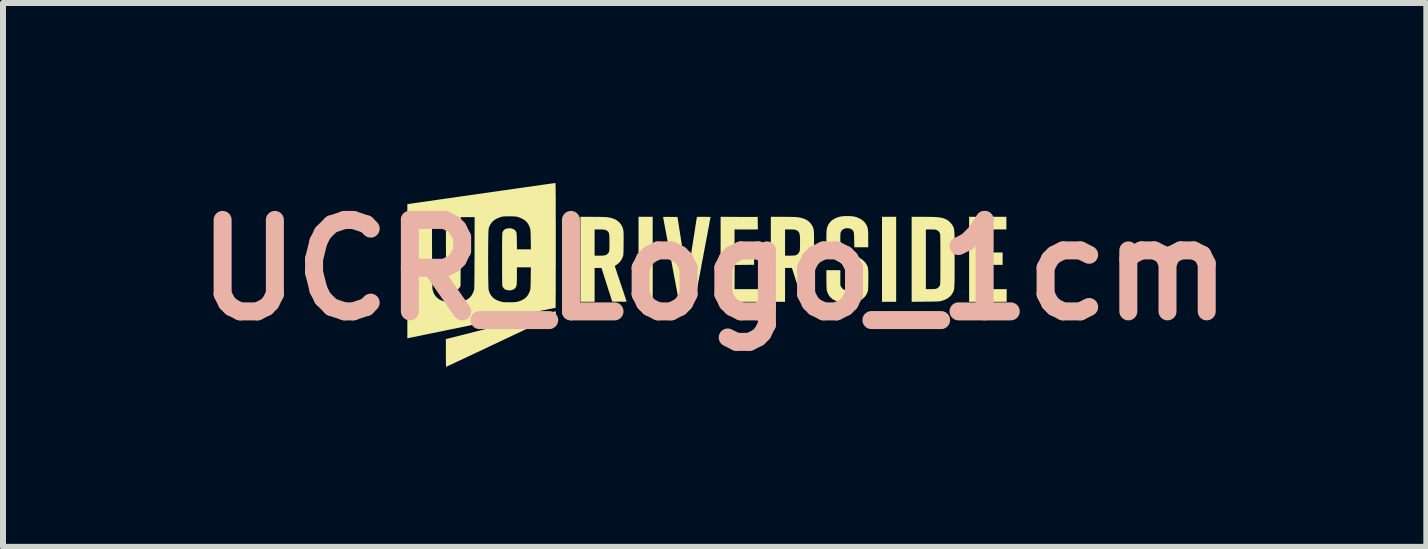
<source format=kicad_pcb>
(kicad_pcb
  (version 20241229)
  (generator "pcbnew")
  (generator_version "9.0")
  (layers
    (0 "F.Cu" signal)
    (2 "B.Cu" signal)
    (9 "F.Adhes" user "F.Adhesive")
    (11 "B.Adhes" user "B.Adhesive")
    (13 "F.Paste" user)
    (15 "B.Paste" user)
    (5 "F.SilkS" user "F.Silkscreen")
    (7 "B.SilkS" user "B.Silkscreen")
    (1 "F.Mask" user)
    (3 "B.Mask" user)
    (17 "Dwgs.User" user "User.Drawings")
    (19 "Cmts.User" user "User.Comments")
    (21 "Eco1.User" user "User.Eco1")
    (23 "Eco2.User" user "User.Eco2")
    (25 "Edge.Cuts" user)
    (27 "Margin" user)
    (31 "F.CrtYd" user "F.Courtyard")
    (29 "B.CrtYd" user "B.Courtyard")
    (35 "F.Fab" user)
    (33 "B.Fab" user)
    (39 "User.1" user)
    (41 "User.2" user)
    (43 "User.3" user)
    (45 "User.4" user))
  (footprint "UCR_Logo_1cm"
    (layer "F.Cu")
    (at 8.861 1.087)
    (property "Reference" "UCR_Logo_1cm" (at 0 0.363 0) (layer "B.SilkS") (effects (font (size 1.524 1.524) (thickness 0.3))))
    (attr board_only exclude_from_pos_files exclude_from_bom)
    (fp_poly (pts (xy -1.033 0.893) (xy -1.269 0.893) (xy -1.269 -0.524) (xy -1.033 -0.524)) (stroke (width 0) (type solid)) (fill yes) (layer "F.SilkS"))
    (fp_poly (pts (xy 3.025 0.893) (xy 2.789 0.893) (xy 2.789 -0.524) (xy 3.025 -0.524)) (stroke (width 0) (type solid)) (fill yes) (layer "F.SilkS"))
    (fp_poly (pts (xy 4.862 -0.313) (xy 4.478 -0.313) (xy 4.478 0.071) (xy 4.799 0.071) (xy 4.799 0.277) (xy 4.478 0.277) (xy 4.478 0.682) (xy 4.867 0.682) (xy 4.867 0.893) (xy 4.241 0.893) (xy 4.241 -0.524) (xy 4.862 -0.524)) (stroke (width 0) (type solid)) (fill yes) (layer "F.SilkS"))
    (fp_poly (pts (xy 0.408 -0.522) (xy 0.717 -0.521) (xy 0.72 -0.313) (xy 0.331 -0.313) (xy 0.331 0.071) (xy 0.657 0.071) (xy 0.657 0.276) (xy 0.333 0.279) (xy 0.332 0.481) (xy 0.331 0.682) (xy 0.725 0.682) (xy 0.725 0.893) (xy 0.099 0.893) (xy 0.099 -0.524)) (stroke (width 0) (type solid)) (fill yes) (layer "F.SilkS"))
    (fp_poly (pts (xy -2.65 1.057) (xy -2.648 1.068) (xy -2.648 1.081) (xy -2.649 1.101) (xy -2.653 1.114) (xy -2.655 1.117) (xy -2.661 1.12) (xy -2.675 1.127) (xy -2.698 1.138) (xy -2.729 1.153) (xy -2.767 1.171) (xy -2.812 1.192) (xy -2.862 1.216) (xy -2.919 1.243) (xy -2.98 1.272) (xy -3.045 1.303) (xy -3.115 1.336) (xy -3.188 1.37) (xy -3.263 1.406) (xy -3.341 1.442) (xy -3.42 1.48) (xy -3.5 1.518) (xy -3.581 1.556) (xy -3.661 1.594) (xy -3.741 1.631) (xy -3.82 1.669) (xy -3.896 1.705) (xy -3.971 1.74) (xy -4.043 1.774) (xy -4.111 1.806) (xy -4.175 1.836) (xy -4.234 1.864) (xy -4.288 1.889) (xy -4.337 1.912) (xy -4.379 1.932) (xy -4.414 1.948) (xy -4.442 1.961) (xy -4.462 1.971) (xy -4.473 1.976) (xy -4.476 1.977) (xy -4.477 1.972) (xy -4.477 1.957) (xy -4.478 1.934) (xy -4.479 1.904) (xy -4.479 1.867) (xy -4.48 1.826) (xy -4.48 1.78) (xy -4.48 1.746) (xy -4.48 1.515) (xy -4.444 1.506) (xy -4.431 1.503) (xy -4.409 1.497) (xy -4.378 1.489) (xy -4.34 1.48) (xy -4.294 1.468) (xy -4.242 1.455) (xy -4.184 1.44) (xy -4.12 1.424) (xy -4.052 1.407) (xy -3.98 1.388) (xy -3.904 1.369) (xy -3.826 1.349) (xy -3.746 1.329) (xy -3.664 1.308) (xy -3.581 1.287) (xy -3.498 1.266) (xy -3.416 1.245) (xy -3.334 1.225) (xy -3.255 1.204) (xy -3.177 1.185) (xy -3.103 1.166) (xy -3.032 1.148) (xy -2.965 1.131) (xy -2.903 1.115) (xy -2.847 1.101) (xy -2.796 1.088) (xy -2.753 1.077) (xy -2.717 1.068) (xy -2.689 1.06) (xy -2.669 1.055) (xy -2.659 1.053) (xy -2.658 1.052) (xy -2.652 1.052)) (stroke (width 0) (type solid)) (fill yes) (layer "F.SilkS"))
    (fp_poly (pts (xy 1.132 -0.524) (xy 1.179 -0.523) (xy 1.224 -0.523) (xy 1.267 -0.522) (xy 1.305 -0.521) (xy 1.337 -0.52) (xy 1.361 -0.519) (xy 1.375 -0.518) (xy 1.439 -0.507) (xy 1.494 -0.49) (xy 1.542 -0.466) (xy 1.581 -0.435) (xy 1.612 -0.397) (xy 1.624 -0.378) (xy 1.632 -0.362) (xy 1.639 -0.347) (xy 1.644 -0.331) (xy 1.649 -0.314) (xy 1.652 -0.295) (xy 1.654 -0.271) (xy 1.655 -0.242) (xy 1.656 -0.207) (xy 1.656 -0.164) (xy 1.656 -0.113) (xy 1.656 -0.079) (xy 1.655 -0.029) (xy 1.655 0.013) (xy 1.654 0.046) (xy 1.653 0.072) (xy 1.653 0.092) (xy 1.651 0.108) (xy 1.65 0.12) (xy 1.648 0.13) (xy 1.645 0.139) (xy 1.642 0.148) (xy 1.642 0.15) (xy 1.621 0.191) (xy 1.593 0.229) (xy 1.559 0.261) (xy 1.546 0.27) (xy 1.53 0.281) (xy 1.518 0.291) (xy 1.511 0.296) (xy 1.511 0.297) (xy 1.512 0.302) (xy 1.517 0.317) (xy 1.524 0.34) (xy 1.534 0.37) (xy 1.546 0.407) (xy 1.56 0.449) (xy 1.575 0.496) (xy 1.592 0.547) (xy 1.609 0.597) (xy 1.709 0.893) (xy 1.468 0.893) (xy 1.45 0.836) (xy 1.444 0.818) (xy 1.435 0.791) (xy 1.424 0.757) (xy 1.412 0.718) (xy 1.398 0.676) (xy 1.384 0.631) (xy 1.37 0.587) (xy 1.356 0.543) (xy 1.342 0.5) (xy 1.33 0.461) (xy 1.319 0.426) (xy 1.31 0.397) (xy 1.303 0.376) (xy 1.298 0.363) (xy 1.298 0.362) (xy 1.288 0.329) (xy 1.173 0.329) (xy 1.173 0.893) (xy 0.936 0.893) (xy 0.936 -0.313) (xy 1.173 -0.313) (xy 1.173 0.124) (xy 1.25 0.124) (xy 1.28 0.124) (xy 1.307 0.122) (xy 1.329 0.121) (xy 1.345 0.119) (xy 1.348 0.118) (xy 1.374 0.106) (xy 1.396 0.086) (xy 1.412 0.06) (xy 1.413 0.057) (xy 1.416 0.047) (xy 1.419 0.037) (xy 1.42 0.023) (xy 1.422 0.006) (xy 1.422 -0.018) (xy 1.423 -0.049) (xy 1.423 -0.089) (xy 1.423 -0.095) (xy 1.423 -0.141) (xy 1.422 -0.178) (xy 1.42 -0.207) (xy 1.417 -0.229) (xy 1.413 -0.247) (xy 1.407 -0.261) (xy 1.4 -0.272) (xy 1.39 -0.282) (xy 1.386 -0.286) (xy 1.373 -0.296) (xy 1.359 -0.303) (xy 1.343 -0.308) (xy 1.321 -0.311) (xy 1.293 -0.312) (xy 1.256 -0.313) (xy 1.25 -0.313) (xy 1.173 -0.313) (xy 0.936 -0.313) (xy 0.936 -0.524)) (stroke (width 0) (type solid)) (fill yes) (layer "F.SilkS"))
    (fp_poly (pts (xy -2.042 -0.524) (xy -1.995 -0.523) (xy -1.95 -0.523) (xy -1.907 -0.522) (xy -1.869 -0.521) (xy -1.837 -0.52) (xy -1.813 -0.519) (xy -1.798 -0.518) (xy -1.735 -0.507) (xy -1.679 -0.49) (xy -1.632 -0.465) (xy -1.592 -0.434) (xy -1.561 -0.396) (xy -1.537 -0.352) (xy -1.524 -0.31) (xy -1.522 -0.299) (xy -1.52 -0.286) (xy -1.519 -0.27) (xy -1.518 -0.251) (xy -1.518 -0.226) (xy -1.517 -0.194) (xy -1.517 -0.155) (xy -1.518 -0.107) (xy -1.518 -0.079) (xy -1.518 -0.029) (xy -1.519 0.013) (xy -1.519 0.046) (xy -1.52 0.072) (xy -1.521 0.092) (xy -1.522 0.107) (xy -1.524 0.119) (xy -1.526 0.128) (xy -1.528 0.137) (xy -1.531 0.145) (xy -1.532 0.148) (xy -1.554 0.193) (xy -1.582 0.231) (xy -1.617 0.263) (xy -1.644 0.281) (xy -1.656 0.29) (xy -1.663 0.296) (xy -1.664 0.298) (xy -1.662 0.303) (xy -1.658 0.318) (xy -1.65 0.341) (xy -1.64 0.371) (xy -1.628 0.408) (xy -1.614 0.45) (xy -1.598 0.497) (xy -1.581 0.547) (xy -1.567 0.591) (xy -1.549 0.643) (xy -1.532 0.693) (xy -1.517 0.74) (xy -1.503 0.781) (xy -1.491 0.817) (xy -1.482 0.846) (xy -1.475 0.868) (xy -1.47 0.882) (xy -1.469 0.886) (xy -1.471 0.888) (xy -1.478 0.89) (xy -1.491 0.891) (xy -1.51 0.892) (xy -1.538 0.892) (xy -1.574 0.891) (xy -1.588 0.891) (xy -1.707 0.89) (xy -1.778 0.669) (xy -1.793 0.62) (xy -1.809 0.572) (xy -1.823 0.527) (xy -1.837 0.485) (xy -1.848 0.448) (xy -1.858 0.418) (xy -1.865 0.396) (xy -1.867 0.388) (xy -1.886 0.329) (xy -2.001 0.329) (xy -2.001 0.893) (xy -2.238 0.893) (xy -2.238 -0.313) (xy -2.001 -0.313) (xy -2.001 0.124) (xy -1.923 0.124) (xy -1.894 0.124) (xy -1.867 0.122) (xy -1.844 0.121) (xy -1.829 0.119) (xy -1.826 0.118) (xy -1.8 0.106) (xy -1.777 0.086) (xy -1.763 0.064) (xy -1.76 0.056) (xy -1.758 0.047) (xy -1.756 0.036) (xy -1.755 0.02) (xy -1.754 -0.001) (xy -1.754 -0.028) (xy -1.754 -0.064) (xy -1.754 -0.095) (xy -1.754 -0.141) (xy -1.754 -0.178) (xy -1.756 -0.207) (xy -1.758 -0.229) (xy -1.761 -0.247) (xy -1.766 -0.26) (xy -1.772 -0.27) (xy -1.78 -0.28) (xy -1.79 -0.288) (xy -1.802 -0.297) (xy -1.816 -0.304) (xy -1.833 -0.308) (xy -1.856 -0.311) (xy -1.885 -0.313) (xy -1.923 -0.313) (xy -1.923 -0.313) (xy -2.001 -0.313) (xy -2.238 -0.313) (xy -2.238 -0.524)) (stroke (width 0) (type solid)) (fill yes) (layer "F.SilkS"))
    (fp_poly (pts (xy 3.477 -0.524) (xy 3.544 -0.523) (xy 3.602 -0.523) (xy 3.651 -0.521) (xy 3.693 -0.519) (xy 3.729 -0.516) (xy 3.76 -0.512) (xy 3.787 -0.506) (xy 3.811 -0.5) (xy 3.834 -0.492) (xy 3.855 -0.482) (xy 3.864 -0.478) (xy 3.892 -0.46) (xy 3.92 -0.436) (xy 3.946 -0.408) (xy 3.965 -0.38) (xy 3.967 -0.377) (xy 3.972 -0.367) (xy 3.977 -0.357) (xy 3.981 -0.348) (xy 3.985 -0.338) (xy 3.988 -0.327) (xy 3.99 -0.313) (xy 3.992 -0.297) (xy 3.994 -0.278) (xy 3.996 -0.254) (xy 3.997 -0.226) (xy 3.998 -0.192) (xy 3.998 -0.151) (xy 3.999 -0.104) (xy 3.999 -0.05) (xy 3.999 0.013) (xy 3.999 0.085) (xy 3.999 0.167) (xy 3.999 0.184) (xy 3.999 0.268) (xy 3.999 0.342) (xy 3.999 0.407) (xy 3.999 0.463) (xy 3.998 0.512) (xy 3.998 0.553) (xy 3.997 0.588) (xy 3.996 0.618) (xy 3.994 0.642) (xy 3.993 0.663) (xy 3.991 0.68) (xy 3.988 0.693) (xy 3.985 0.705) (xy 3.982 0.715) (xy 3.977 0.725) (xy 3.973 0.734) (xy 3.967 0.744) (xy 3.966 0.747) (xy 3.939 0.787) (xy 3.903 0.821) (xy 3.859 0.849) (xy 3.807 0.87) (xy 3.783 0.877) (xy 3.771 0.88) (xy 3.76 0.883) (xy 3.748 0.884) (xy 3.734 0.886) (xy 3.716 0.887) (xy 3.695 0.888) (xy 3.667 0.889) (xy 3.633 0.89) (xy 3.592 0.89) (xy 3.542 0.891) (xy 3.511 0.891) (xy 3.283 0.893) (xy 3.283 -0.313) (xy 3.52 -0.313) (xy 3.52 0.682) (xy 3.595 0.682) (xy 3.624 0.682) (xy 3.651 0.68) (xy 3.673 0.679) (xy 3.687 0.677) (xy 3.69 0.676) (xy 3.716 0.664) (xy 3.738 0.644) (xy 3.752 0.622) (xy 3.754 0.617) (xy 3.756 0.612) (xy 3.757 0.605) (xy 3.758 0.596) (xy 3.759 0.584) (xy 3.76 0.568) (xy 3.76 0.548) (xy 3.761 0.523) (xy 3.761 0.491) (xy 3.762 0.453) (xy 3.762 0.408) (xy 3.762 0.355) (xy 3.762 0.293) (xy 3.762 0.221) (xy 3.762 0.184) (xy 3.762 0.108) (xy 3.762 0.042) (xy 3.762 -0.015) (xy 3.762 -0.064) (xy 3.761 -0.106) (xy 3.761 -0.14) (xy 3.761 -0.168) (xy 3.76 -0.19) (xy 3.759 -0.208) (xy 3.759 -0.222) (xy 3.758 -0.232) (xy 3.756 -0.24) (xy 3.755 -0.246) (xy 3.753 -0.251) (xy 3.752 -0.253) (xy 3.736 -0.278) (xy 3.713 -0.297) (xy 3.69 -0.308) (xy 3.677 -0.31) (xy 3.657 -0.311) (xy 3.631 -0.312) (xy 3.603 -0.313) (xy 3.595 -0.313) (xy 3.52 -0.313) (xy 3.283 -0.313) (xy 3.283 -0.524)) (stroke (width 0) (type solid)) (fill yes) (layer "F.SilkS"))
    (fp_poly (pts (xy -0.142 -0.523) (xy -0.112 -0.523) (xy -0.091 -0.522) (xy -0.077 -0.521) (xy -0.071 -0.519) (xy -0.069 -0.517) (xy -0.07 -0.511) (xy -0.073 -0.496) (xy -0.078 -0.471) (xy -0.084 -0.438) (xy -0.091 -0.397) (xy -0.1 -0.348) (xy -0.111 -0.293) (xy -0.122 -0.231) (xy -0.135 -0.165) (xy -0.148 -0.093) (xy -0.163 -0.017) (xy -0.178 0.063) (xy -0.193 0.146) (xy -0.201 0.187) (xy -0.217 0.271) (xy -0.232 0.352) (xy -0.247 0.43) (xy -0.261 0.504) (xy -0.274 0.573) (xy -0.286 0.637) (xy -0.297 0.695) (xy -0.306 0.747) (xy -0.315 0.791) (xy -0.321 0.828) (xy -0.327 0.857) (xy -0.33 0.877) (xy -0.332 0.887) (xy -0.333 0.889) (xy -0.338 0.89) (xy -0.352 0.891) (xy -0.374 0.891) (xy -0.402 0.892) (xy -0.435 0.892) (xy -0.464 0.893) (xy -0.5 0.892) (xy -0.532 0.892) (xy -0.559 0.891) (xy -0.58 0.89) (xy -0.592 0.89) (xy -0.596 0.889) (xy -0.597 0.883) (xy -0.599 0.868) (xy -0.604 0.843) (xy -0.61 0.81) (xy -0.618 0.77) (xy -0.627 0.721) (xy -0.637 0.666) (xy -0.649 0.605) (xy -0.661 0.538) (xy -0.675 0.467) (xy -0.689 0.391) (xy -0.704 0.311) (xy -0.719 0.228) (xy -0.727 0.187) (xy -0.743 0.103) (xy -0.758 0.021) (xy -0.773 -0.057) (xy -0.787 -0.131) (xy -0.8 -0.2) (xy -0.812 -0.264) (xy -0.823 -0.322) (xy -0.833 -0.374) (xy -0.841 -0.419) (xy -0.848 -0.456) (xy -0.853 -0.485) (xy -0.857 -0.505) (xy -0.859 -0.516) (xy -0.859 -0.517) (xy -0.856 -0.52) (xy -0.848 -0.521) (xy -0.832 -0.522) (xy -0.809 -0.523) (xy -0.778 -0.523) (xy -0.739 -0.522) (xy -0.62 -0.521) (xy -0.54 -0.012) (xy -0.529 0.06) (xy -0.518 0.129) (xy -0.508 0.194) (xy -0.498 0.255) (xy -0.49 0.311) (xy -0.482 0.361) (xy -0.475 0.404) (xy -0.469 0.44) (xy -0.464 0.469) (xy -0.461 0.488) (xy -0.459 0.498) (xy -0.458 0.5) (xy -0.457 0.495) (xy -0.455 0.481) (xy -0.451 0.457) (xy -0.445 0.426) (xy -0.439 0.386) (xy -0.431 0.34) (xy -0.423 0.288) (xy -0.414 0.23) (xy -0.404 0.167) (xy -0.393 0.101) (xy -0.383 0.031) (xy -0.378 0.001) (xy -0.367 -0.07) (xy -0.356 -0.139) (xy -0.346 -0.204) (xy -0.336 -0.265) (xy -0.328 -0.321) (xy -0.32 -0.371) (xy -0.313 -0.415) (xy -0.307 -0.451) (xy -0.303 -0.48) (xy -0.299 -0.5) (xy -0.298 -0.51) (xy -0.297 -0.512) (xy -0.296 -0.516) (xy -0.294 -0.519) (xy -0.289 -0.521) (xy -0.281 -0.522) (xy -0.267 -0.523) (xy -0.247 -0.523) (xy -0.219 -0.524) (xy -0.182 -0.524)) (stroke (width 0) (type solid)) (fill yes) (layer "F.SilkS"))
    (fp_poly (pts (xy 2.244 -0.536) (xy 2.286 -0.533) (xy 2.322 -0.529) (xy 2.331 -0.527) (xy 2.38 -0.512) (xy 2.426 -0.49) (xy 2.467 -0.463) (xy 2.501 -0.431) (xy 2.526 -0.395) (xy 2.527 -0.394) (xy 2.536 -0.376) (xy 2.543 -0.359) (xy 2.548 -0.341) (xy 2.553 -0.32) (xy 2.556 -0.296) (xy 2.558 -0.267) (xy 2.559 -0.231) (xy 2.559 -0.186) (xy 2.559 -0.158) (xy 2.56 -0.016) (xy 2.328 -0.016) (xy 2.325 -0.139) (xy 2.324 -0.182) (xy 2.323 -0.215) (xy 2.321 -0.241) (xy 2.319 -0.261) (xy 2.315 -0.275) (xy 2.31 -0.287) (xy 2.303 -0.296) (xy 2.294 -0.305) (xy 2.289 -0.31) (xy 2.264 -0.324) (xy 2.234 -0.332) (xy 2.202 -0.334) (xy 2.171 -0.329) (xy 2.143 -0.317) (xy 2.121 -0.3) (xy 2.121 -0.3) (xy 2.109 -0.283) (xy 2.101 -0.266) (xy 2.099 -0.262) (xy 2.097 -0.247) (xy 2.095 -0.225) (xy 2.094 -0.197) (xy 2.094 -0.167) (xy 2.094 -0.136) (xy 2.095 -0.107) (xy 2.097 -0.083) (xy 2.099 -0.066) (xy 2.1 -0.063) (xy 2.106 -0.046) (xy 2.118 -0.03) (xy 2.136 -0.012) (xy 2.16 0.007) (xy 2.192 0.028) (xy 2.232 0.052) (xy 2.27 0.074) (xy 2.326 0.105) (xy 2.373 0.133) (xy 2.413 0.157) (xy 2.445 0.18) (xy 2.472 0.201) (xy 2.494 0.221) (xy 2.512 0.242) (xy 2.527 0.263) (xy 2.532 0.271) (xy 2.54 0.286) (xy 2.547 0.3) (xy 2.552 0.316) (xy 2.556 0.333) (xy 2.558 0.354) (xy 2.56 0.38) (xy 2.561 0.412) (xy 2.562 0.451) (xy 2.561 0.499) (xy 2.561 0.531) (xy 2.56 0.578) (xy 2.56 0.616) (xy 2.559 0.646) (xy 2.558 0.669) (xy 2.557 0.687) (xy 2.556 0.701) (xy 2.554 0.712) (xy 2.551 0.721) (xy 2.548 0.73) (xy 2.547 0.732) (xy 2.526 0.778) (xy 2.497 0.816) (xy 2.462 0.847) (xy 2.419 0.872) (xy 2.367 0.89) (xy 2.356 0.893) (xy 2.328 0.898) (xy 2.293 0.902) (xy 2.253 0.905) (xy 2.211 0.906) (xy 2.171 0.906) (xy 2.136 0.905) (xy 2.117 0.903) (xy 2.057 0.89) (xy 2.005 0.871) (xy 1.961 0.846) (xy 1.924 0.813) (xy 1.896 0.774) (xy 1.876 0.728) (xy 1.868 0.699) (xy 1.866 0.685) (xy 1.865 0.661) (xy 1.864 0.629) (xy 1.863 0.59) (xy 1.862 0.545) (xy 1.862 0.518) (xy 1.862 0.366) (xy 2.094 0.366) (xy 2.094 0.617) (xy 2.108 0.645) (xy 2.127 0.672) (xy 2.153 0.69) (xy 2.185 0.701) (xy 2.212 0.703) (xy 2.249 0.699) (xy 2.279 0.686) (xy 2.303 0.666) (xy 2.316 0.645) (xy 2.321 0.635) (xy 2.325 0.625) (xy 2.328 0.615) (xy 2.329 0.602) (xy 2.33 0.584) (xy 2.331 0.56) (xy 2.331 0.528) (xy 2.331 0.524) (xy 2.33 0.483) (xy 2.329 0.451) (xy 2.326 0.426) (xy 2.322 0.406) (xy 2.315 0.391) (xy 2.306 0.377) (xy 2.294 0.364) (xy 2.292 0.362) (xy 2.281 0.353) (xy 2.261 0.339) (xy 2.236 0.323) (xy 2.205 0.304) (xy 2.171 0.284) (xy 2.157 0.276) (xy 2.101 0.244) (xy 2.053 0.216) (xy 2.014 0.19) (xy 1.981 0.168) (xy 1.954 0.147) (xy 1.932 0.127) (xy 1.914 0.107) (xy 1.9 0.088) (xy 1.888 0.067) (xy 1.887 0.064) (xy 1.88 0.049) (xy 1.875 0.035) (xy 1.87 0.019) (xy 1.867 0.002) (xy 1.865 -0.02) (xy 1.864 -0.047) (xy 1.863 -0.08) (xy 1.862 -0.122) (xy 1.862 -0.155) (xy 1.862 -0.202) (xy 1.863 -0.24) (xy 1.864 -0.27) (xy 1.865 -0.293) (xy 1.867 -0.311) (xy 1.869 -0.325) (xy 1.87 -0.332) (xy 1.888 -0.381) (xy 1.914 -0.423) (xy 1.948 -0.46) (xy 1.99 -0.489) (xy 2.041 -0.512) (xy 2.081 -0.525) (xy 2.115 -0.531) (xy 2.155 -0.535) (xy 2.199 -0.536)) (stroke (width 0) (type solid)) (fill yes) (layer "F.SilkS"))
    (fp_poly (pts (xy -2.655 -1.086) (xy -2.654 -1.082) (xy -2.653 -1.075) (xy -2.653 -1.065) (xy -2.652 -1.051) (xy -2.651 -1.033) (xy -2.651 -1.01) (xy -2.65 -0.982) (xy -2.65 -0.949) (xy -2.65 -0.91) (xy -2.649 -0.865) (xy -2.649 -0.813) (xy -2.649 -0.754) (xy -2.649 -0.687) (xy -2.649 -0.613) (xy -2.649 -0.53) (xy -2.648 -0.438) (xy -2.648 -0.338) (xy -2.648 -0.228) (xy -2.648 -0.108) (xy -2.648 -0.047) (xy -2.648 0.057) (xy -2.648 0.158) (xy -2.648 0.255) (xy -2.649 0.349) (xy -2.649 0.438) (xy -2.649 0.523) (xy -2.649 0.602) (xy -2.649 0.676) (xy -2.649 0.743) (xy -2.65 0.803) (xy -2.65 0.856) (xy -2.65 0.901) (xy -2.65 0.937) (xy -2.651 0.965) (xy -2.651 0.983) (xy -2.651 0.992) (xy -2.651 0.993) (xy -2.657 0.994) (xy -2.672 0.997) (xy -2.697 1.002) (xy -2.73 1.009) (xy -2.772 1.017) (xy -2.822 1.027) (xy -2.88 1.039) (xy -2.945 1.053) (xy -3.016 1.067) (xy -3.094 1.083) (xy -3.177 1.101) (xy -3.266 1.119) (xy -3.359 1.138) (xy -3.457 1.158) (xy -3.559 1.179) (xy -3.664 1.201) (xy -3.773 1.223) (xy -3.842 1.238) (xy -3.953 1.261) (xy -4.061 1.283) (xy -4.166 1.305) (xy -4.268 1.326) (xy -4.366 1.346) (xy -4.46 1.365) (xy -4.549 1.384) (xy -4.633 1.401) (xy -4.711 1.417) (xy -4.783 1.432) (xy -4.848 1.445) (xy -4.906 1.457) (xy -4.957 1.468) (xy -4.999 1.476) (xy -5.032 1.483) (xy -5.057 1.488) (xy -5.072 1.491) (xy -5.076 1.492) (xy -5.122 1.502) (xy -5.122 -0.518) (xy -4.712 -0.518) (xy -4.71 0.075) (xy -4.71 0.173) (xy -4.709 0.26) (xy -4.709 0.337) (xy -4.708 0.406) (xy -4.708 0.466) (xy -4.707 0.518) (xy -4.707 0.562) (xy -4.706 0.599) (xy -4.705 0.629) (xy -4.705 0.653) (xy -4.704 0.672) (xy -4.703 0.685) (xy -4.702 0.693) (xy -4.701 0.695) (xy -4.684 0.746) (xy -4.658 0.79) (xy -4.625 0.827) (xy -4.585 0.856) (xy -4.536 0.879) (xy -4.486 0.893) (xy -4.45 0.898) (xy -4.407 0.902) (xy -4.36 0.903) (xy -4.313 0.902) (xy -4.269 0.899) (xy -4.232 0.894) (xy -4.23 0.893) (xy -4.175 0.878) (xy -4.128 0.857) (xy -4.089 0.829) (xy -4.056 0.794) (xy -4.031 0.751) (xy -4.013 0.708) (xy -4.012 0.703) (xy -4.011 0.698) (xy -4.009 0.691) (xy -4.008 0.682) (xy -4.007 0.67) (xy -4.007 0.655) (xy -4.006 0.637) (xy -4.005 0.614) (xy -4.005 0.586) (xy -4.004 0.552) (xy -4.004 0.513) (xy -4.004 0.466) (xy -4.003 0.413) (xy -4.003 0.351) (xy -4.003 0.281) (xy -4.003 0.202) (xy -4.002 0.171) (xy -3.776 0.171) (xy -3.775 0.236) (xy -3.775 0.3) (xy -3.775 0.363) (xy -3.775 0.423) (xy -3.774 0.48) (xy -3.773 0.532) (xy -3.772 0.579) (xy -3.771 0.619) (xy -3.77 0.652) (xy -3.769 0.677) (xy -3.767 0.693) (xy -3.767 0.696) (xy -3.75 0.746) (xy -3.726 0.789) (xy -3.694 0.825) (xy -3.653 0.854) (xy -3.605 0.877) (xy -3.548 0.894) (xy -3.528 0.898) (xy -3.515 0.899) (xy -3.493 0.9) (xy -3.466 0.901) (xy -3.434 0.901) (xy -3.406 0.901) (xy -3.369 0.9) (xy -3.34 0.899) (xy -3.317 0.897) (xy -3.298 0.894) (xy -3.282 0.891) (xy -3.27 0.888) (xy -3.217 0.868) (xy -3.173 0.844) (xy -3.137 0.813) (xy -3.108 0.775) (xy -3.086 0.73) (xy -3.076 0.702) (xy -3.074 0.692) (xy -3.072 0.679) (xy -3.07 0.661) (xy -3.069 0.638) (xy -3.068 0.608) (xy -3.067 0.571) (xy -3.066 0.525) (xy -3.066 0.496) (xy -3.063 0.319) (xy -3.296 0.319) (xy -3.296 0.455) (xy -3.296 0.498) (xy -3.297 0.537) (xy -3.298 0.57) (xy -3.299 0.596) (xy -3.301 0.614) (xy -3.302 0.619) (xy -3.313 0.649) (xy -3.332 0.673) (xy -3.358 0.69) (xy -3.39 0.7) (xy -3.426 0.703) (xy -3.464 0.697) (xy -3.494 0.686) (xy -3.517 0.666) (xy -3.533 0.643) (xy -3.535 0.639) (xy -3.536 0.634) (xy -3.538 0.627) (xy -3.539 0.619) (xy -3.54 0.607) (xy -3.541 0.592) (xy -3.541 0.573) (xy -3.542 0.549) (xy -3.542 0.519) (xy -3.542 0.483) (xy -3.543 0.439) (xy -3.543 0.388) (xy -3.543 0.329) (xy -3.543 0.26) (xy -3.543 0.184) (xy -3.543 0.106) (xy -3.543 0.038) (xy -3.543 -0.021) (xy -3.543 -0.072) (xy -3.542 -0.115) (xy -3.542 -0.151) (xy -3.542 -0.181) (xy -3.541 -0.205) (xy -3.54 -0.224) (xy -3.54 -0.239) (xy -3.539 -0.25) (xy -3.538 -0.259) (xy -3.536 -0.265) (xy -3.535 -0.27) (xy -3.533 -0.274) (xy -3.516 -0.299) (xy -3.492 -0.318) (xy -3.464 -0.328) (xy -3.425 -0.333) (xy -3.389 -0.331) (xy -3.357 -0.32) (xy -3.33 -0.303) (xy -3.311 -0.279) (xy -3.305 -0.268) (xy -3.303 -0.258) (xy -3.301 -0.238) (xy -3.299 -0.209) (xy -3.298 -0.17) (xy -3.297 -0.121) (xy -3.297 -0.117) (xy -3.295 0.019) (xy -3.063 0.019) (xy -3.065 -0.141) (xy -3.066 -0.189) (xy -3.067 -0.228) (xy -3.068 -0.259) (xy -3.07 -0.284) (xy -3.071 -0.302) (xy -3.073 -0.317) (xy -3.076 -0.329) (xy -3.077 -0.331) (xy -3.095 -0.38) (xy -3.121 -0.422) (xy -3.154 -0.457) (xy -3.196 -0.486) (xy -3.246 -0.509) (xy -3.278 -0.52) (xy -3.294 -0.524) (xy -3.309 -0.527) (xy -3.325 -0.529) (xy -3.345 -0.53) (xy -3.369 -0.531) (xy -3.402 -0.531) (xy -3.422 -0.531) (xy -3.459 -0.531) (xy -3.487 -0.531) (xy -3.509 -0.53) (xy -3.527 -0.528) (xy -3.542 -0.526) (xy -3.557 -0.522) (xy -3.567 -0.519) (xy -3.621 -0.499) (xy -3.668 -0.473) (xy -3.706 -0.441) (xy -3.735 -0.402) (xy -3.757 -0.356) (xy -3.767 -0.326) (xy -3.768 -0.315) (xy -3.769 -0.294) (xy -3.771 -0.265) (xy -3.772 -0.227) (xy -3.773 -0.183) (xy -3.774 -0.134) (xy -3.774 -0.079) (xy -3.775 -0.02) (xy -3.775 0.042) (xy -3.775 0.106) (xy -3.776 0.171) (xy -4.002 0.171) (xy -4.002 0.113) (xy -4.002 0.08) (xy -4.001 -0.518) (xy -4.232 -0.518) (xy -4.235 0.627) (xy -4.247 0.649) (xy -4.263 0.672) (xy -4.285 0.688) (xy -4.314 0.697) (xy -4.321 0.699) (xy -4.361 0.702) (xy -4.397 0.698) (xy -4.427 0.686) (xy -4.451 0.667) (xy -4.464 0.648) (xy -4.477 0.622) (xy -4.48 -0.518) (xy -4.712 -0.518) (xy -5.122 -0.518) (xy -5.122 -0.733) (xy -5.108 -0.736) (xy -5.101 -0.737) (xy -5.084 -0.74) (xy -5.058 -0.744) (xy -5.024 -0.749) (xy -4.981 -0.755) (xy -4.931 -0.762) (xy -4.874 -0.77) (xy -4.81 -0.779) (xy -4.741 -0.789) (xy -4.666 -0.8) (xy -4.586 -0.812) (xy -4.502 -0.824) (xy -4.414 -0.836) (xy -4.323 -0.849) (xy -4.23 -0.863) (xy -4.135 -0.876) (xy -4.038 -0.89) (xy -3.94 -0.904) (xy -3.842 -0.918) (xy -3.744 -0.932) (xy -3.647 -0.946) (xy -3.551 -0.96) (xy -3.458 -0.973) (xy -3.366 -0.986) (xy -3.278 -0.999) (xy -3.193 -1.011) (xy -3.113 -1.022) (xy -3.037 -1.033) (xy -2.966 -1.043) (xy -2.901 -1.052) (xy -2.843 -1.061) (xy -2.791 -1.068) (xy -2.747 -1.074) (xy -2.711 -1.079) (xy -2.683 -1.083) (xy -2.665 -1.086) (xy -2.656 -1.087) (xy -2.656 -1.087)) (stroke (width 0) (type solid)) (fill yes) (layer "F.SilkS")))
  (gr_rect
    (start -3 -3)
    (end 20.722 6.064)
    (stroke (width 0.1) (type default))
    (fill no)
    (layer "Edge.Cuts")))
</source>
